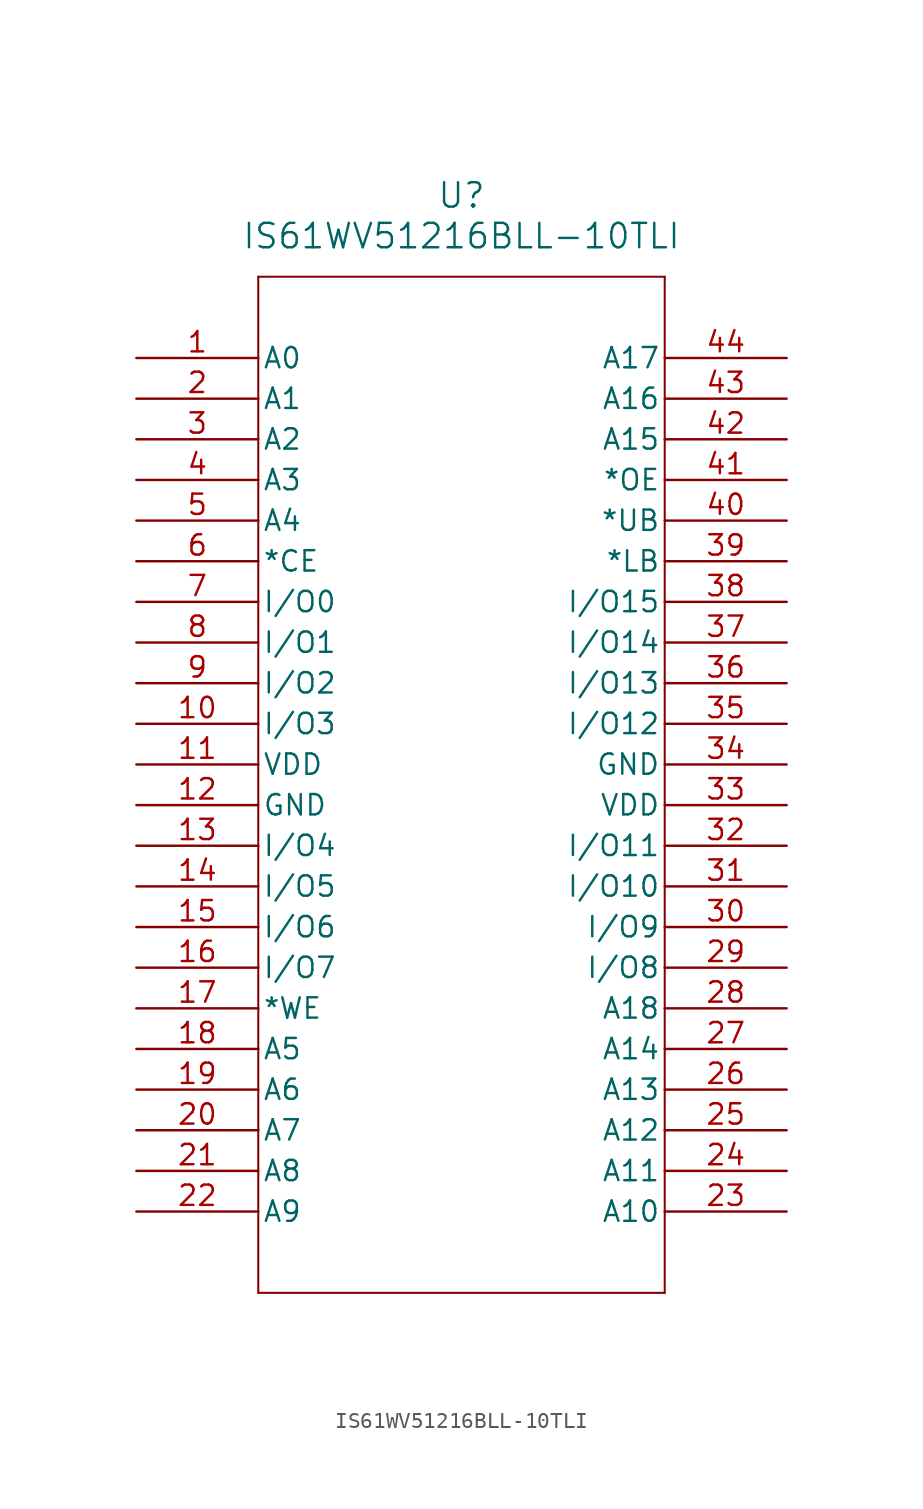
<source format=kicad_sym>
(kicad_symbol_lib
  (version 20211014)
  (generator kicad_symbol_editor)
  (symbol "IS61WV51216BLL-10TLI"
    (pin_names
      (offset 0.254))
    (property "Reference" "U"
      (at 20.32 10.16 0)
      (effects (font (size 1.524 1.524))))
    (property "Value" "IS61WV51216BLL-10TLI"
      (at 20.32 7.62 0)
      (effects (font (size 1.524 1.524))))
    (symbol "IS61WV51216BLL-10TLI_0_1"
      (polyline (pts (xy 7.62 5.08) (xy 7.62 -58.42)) (stroke (width 0.127) (type default) (color 0 0 0 0)) (fill (type none)))
      (polyline (pts (xy 7.62 -58.42) (xy 33.02 -58.42)) (stroke (width 0.127) (type default) (color 0 0 0 0)) (fill (type none)))
      (polyline (pts (xy 33.02 -58.42) (xy 33.02 5.08)) (stroke (width 0.127) (type default) (color 0 0 0 0)) (fill (type none)))
      (polyline (pts (xy 33.02 5.08) (xy 7.62 5.08)) (stroke (width 0.127) (type default) (color 0 0 0 0)) (fill (type none)))
      (pin input line (at 0 0 0) (length 7.62) (name "A0" (effects (font (size 1.27 1.27)))) (number "1" (effects (font (size 1.27 1.27)))))
      (pin input line (at 0 -2.54 0) (length 7.62) (name "A1" (effects (font (size 1.27 1.27)))) (number "2" (effects (font (size 1.27 1.27)))))
      (pin input line (at 0 -5.08 0) (length 7.62) (name "A2" (effects (font (size 1.27 1.27)))) (number "3" (effects (font (size 1.27 1.27)))))
      (pin input line (at 0 -7.62 0) (length 7.62) (name "A3" (effects (font (size 1.27 1.27)))) (number "4" (effects (font (size 1.27 1.27)))))
      (pin input line (at 0 -10.16 0) (length 7.62) (name "A4" (effects (font (size 1.27 1.27)))) (number "5" (effects (font (size 1.27 1.27)))))
      (pin input line (at 0 -12.7 0) (length 7.62) (name "*CE" (effects (font (size 1.27 1.27)))) (number "6" (effects (font (size 1.27 1.27)))))
      (pin bidirectional line (at 0 -15.24 0) (length 7.62) (name "I/O0" (effects (font (size 1.27 1.27)))) (number "7" (effects (font (size 1.27 1.27)))))
      (pin bidirectional line (at 0 -17.78 0) (length 7.62) (name "I/O1" (effects (font (size 1.27 1.27)))) (number "8" (effects (font (size 1.27 1.27)))))
      (pin bidirectional line (at 0 -20.32 0) (length 7.62) (name "I/O2" (effects (font (size 1.27 1.27)))) (number "9" (effects (font (size 1.27 1.27)))))
      (pin bidirectional line (at 0 -22.86 0) (length 7.62) (name "I/O3" (effects (font (size 1.27 1.27)))) (number "10" (effects (font (size 1.27 1.27)))))
      (pin power_in line (at 0 -25.4 0) (length 7.62) (name "VDD" (effects (font (size 1.27 1.27)))) (number "11" (effects (font (size 1.27 1.27)))))
      (pin power_out line (at 0 -27.94 0) (length 7.62) (name "GND" (effects (font (size 1.27 1.27)))) (number "12" (effects (font (size 1.27 1.27)))))
      (pin bidirectional line (at 0 -30.48 0) (length 7.62) (name "I/O4" (effects (font (size 1.27 1.27)))) (number "13" (effects (font (size 1.27 1.27)))))
      (pin bidirectional line (at 0 -33.02 0) (length 7.62) (name "I/O5" (effects (font (size 1.27 1.27)))) (number "14" (effects (font (size 1.27 1.27)))))
      (pin bidirectional line (at 0 -35.56 0) (length 7.62) (name "I/O6" (effects (font (size 1.27 1.27)))) (number "15" (effects (font (size 1.27 1.27)))))
      (pin bidirectional line (at 0 -38.1 0) (length 7.62) (name "I/O7" (effects (font (size 1.27 1.27)))) (number "16" (effects (font (size 1.27 1.27)))))
      (pin input line (at 0 -40.64 0) (length 7.62) (name "*WE" (effects (font (size 1.27 1.27)))) (number "17" (effects (font (size 1.27 1.27)))))
      (pin input line (at 0 -43.18 0) (length 7.62) (name "A5" (effects (font (size 1.27 1.27)))) (number "18" (effects (font (size 1.27 1.27)))))
      (pin input line (at 0 -45.72 0) (length 7.62) (name "A6" (effects (font (size 1.27 1.27)))) (number "19" (effects (font (size 1.27 1.27)))))
      (pin input line (at 0 -48.26 0) (length 7.62) (name "A7" (effects (font (size 1.27 1.27)))) (number "20" (effects (font (size 1.27 1.27)))))
      (pin input line (at 0 -50.8 0) (length 7.62) (name "A8" (effects (font (size 1.27 1.27)))) (number "21" (effects (font (size 1.27 1.27)))))
      (pin input line (at 0 -53.34 0) (length 7.62) (name "A9" (effects (font (size 1.27 1.27)))) (number "22" (effects (font (size 1.27 1.27)))))
      (pin input line (at 40.64 -53.34 180) (length 7.62) (name "A10" (effects (font (size 1.27 1.27)))) (number "23" (effects (font (size 1.27 1.27)))))
      (pin input line (at 40.64 -50.8 180) (length 7.62) (name "A11" (effects (font (size 1.27 1.27)))) (number "24" (effects (font (size 1.27 1.27)))))
      (pin input line (at 40.64 -48.26 180) (length 7.62) (name "A12" (effects (font (size 1.27 1.27)))) (number "25" (effects (font (size 1.27 1.27)))))
      (pin input line (at 40.64 -45.72 180) (length 7.62) (name "A13" (effects (font (size 1.27 1.27)))) (number "26" (effects (font (size 1.27 1.27)))))
      (pin input line (at 40.64 -43.18 180) (length 7.62) (name "A14" (effects (font (size 1.27 1.27)))) (number "27" (effects (font (size 1.27 1.27)))))
      (pin input line (at 40.64 -40.64 180) (length 7.62) (name "A18" (effects (font (size 1.27 1.27)))) (number "28" (effects (font (size 1.27 1.27)))))
      (pin bidirectional line (at 40.64 -38.1 180) (length 7.62) (name "I/O8" (effects (font (size 1.27 1.27)))) (number "29" (effects (font (size 1.27 1.27)))))
      (pin bidirectional line (at 40.64 -35.56 180) (length 7.62) (name "I/O9" (effects (font (size 1.27 1.27)))) (number "30" (effects (font (size 1.27 1.27)))))
      (pin bidirectional line (at 40.64 -33.02 180) (length 7.62) (name "I/O10" (effects (font (size 1.27 1.27)))) (number "31" (effects (font (size 1.27 1.27)))))
      (pin bidirectional line (at 40.64 -30.48 180) (length 7.62) (name "I/O11" (effects (font (size 1.27 1.27)))) (number "32" (effects (font (size 1.27 1.27)))))
      (pin power_in line (at 40.64 -27.94 180) (length 7.62) (name "VDD" (effects (font (size 1.27 1.27)))) (number "33" (effects (font (size 1.27 1.27)))))
      (pin power_out line (at 40.64 -25.4 180) (length 7.62) (name "GND" (effects (font (size 1.27 1.27)))) (number "34" (effects (font (size 1.27 1.27)))))
      (pin bidirectional line (at 40.64 -22.86 180) (length 7.62) (name "I/O12" (effects (font (size 1.27 1.27)))) (number "35" (effects (font (size 1.27 1.27)))))
      (pin bidirectional line (at 40.64 -20.32 180) (length 7.62) (name "I/O13" (effects (font (size 1.27 1.27)))) (number "36" (effects (font (size 1.27 1.27)))))
      (pin bidirectional line (at 40.64 -17.78 180) (length 7.62) (name "I/O14" (effects (font (size 1.27 1.27)))) (number "37" (effects (font (size 1.27 1.27)))))
      (pin bidirectional line (at 40.64 -15.24 180) (length 7.62) (name "I/O15" (effects (font (size 1.27 1.27)))) (number "38" (effects (font (size 1.27 1.27)))))
      (pin input line (at 40.64 -12.7 180) (length 7.62) (name "*LB" (effects (font (size 1.27 1.27)))) (number "39" (effects (font (size 1.27 1.27)))))
      (pin input line (at 40.64 -10.16 180) (length 7.62) (name "*UB" (effects (font (size 1.27 1.27)))) (number "40" (effects (font (size 1.27 1.27)))))
      (pin input line (at 40.64 -7.62 180) (length 7.62) (name "*OE" (effects (font (size 1.27 1.27)))) (number "41" (effects (font (size 1.27 1.27)))))
      (pin input line (at 40.64 -5.08 180) (length 7.62) (name "A15" (effects (font (size 1.27 1.27)))) (number "42" (effects (font (size 1.27 1.27)))))
      (pin input line (at 40.64 -2.54 180) (length 7.62) (name "A16" (effects (font (size 1.27 1.27)))) (number "43" (effects (font (size 1.27 1.27)))))
      (pin input line (at 40.64 0 180) (length 7.62) (name "A17" (effects (font (size 1.27 1.27)))) (number "44" (effects (font (size 1.27 1.27))))))))
</source>
